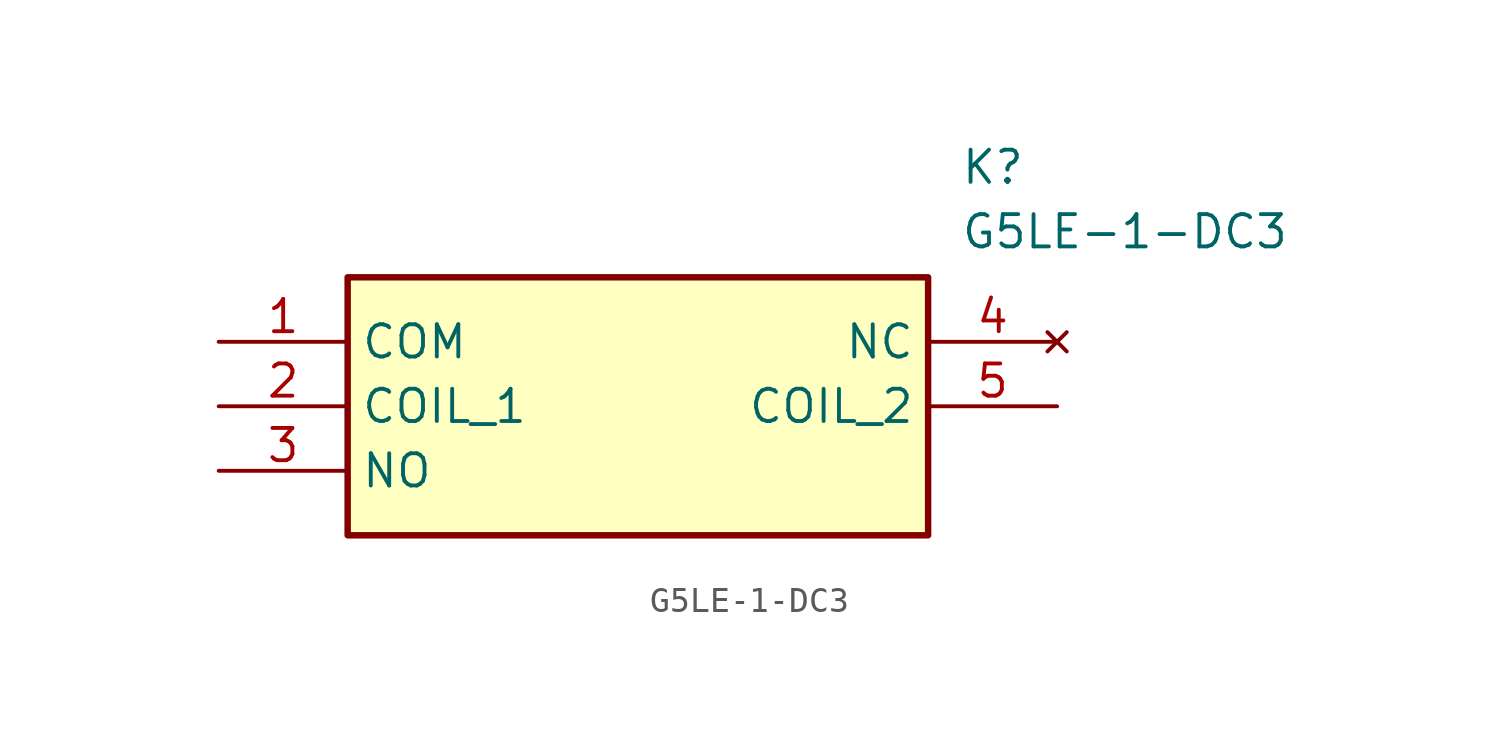
<source format=kicad_sym>
(kicad_symbol_lib
  (version 20211014)
  (generator SamacSys_ECAD_Model)
  (symbol "G5LE-1-DC3"
    (property "Reference" "K"
      (at 29.21 7.62 0)
      (effects (font (size 1.27 1.27)) (justify left top)))
    (property "Value" "G5LE-1-DC3"
      (at 29.21 5.08 0)
      (effects (font (size 1.27 1.27)) (justify left top)))
    (rectangle
      (start 5.08 2.54)
      (end 27.94 -7.62)
      (stroke (width 0.254) (type default))
      (fill (type background)))
    (pin passive line
      (at 0 0 0)
      (length 5.08)
      (name "COM" (effects (font (size 1.27 1.27))))
      (number "1" (effects (font (size 1.27 1.27)))))
    (pin passive line
      (at 0 -2.54 0)
      (length 5.08)
      (name "COIL_1" (effects (font (size 1.27 1.27))))
      (number "2" (effects (font (size 1.27 1.27)))))
    (pin passive line
      (at 0 -5.08 0)
      (length 5.08)
      (name "NO" (effects (font (size 1.27 1.27))))
      (number "3" (effects (font (size 1.27 1.27)))))
    (pin no_connect line
      (at 33.02 0 180)
      (length 5.08)
      (name "NC" (effects (font (size 1.27 1.27))))
      (number "4" (effects (font (size 1.27 1.27)))))
    (pin passive line
      (at 33.02 -2.54 180)
      (length 5.08)
      (name "COIL_2" (effects (font (size 1.27 1.27))))
      (number "5" (effects (font (size 1.27 1.27)))))))
</source>
